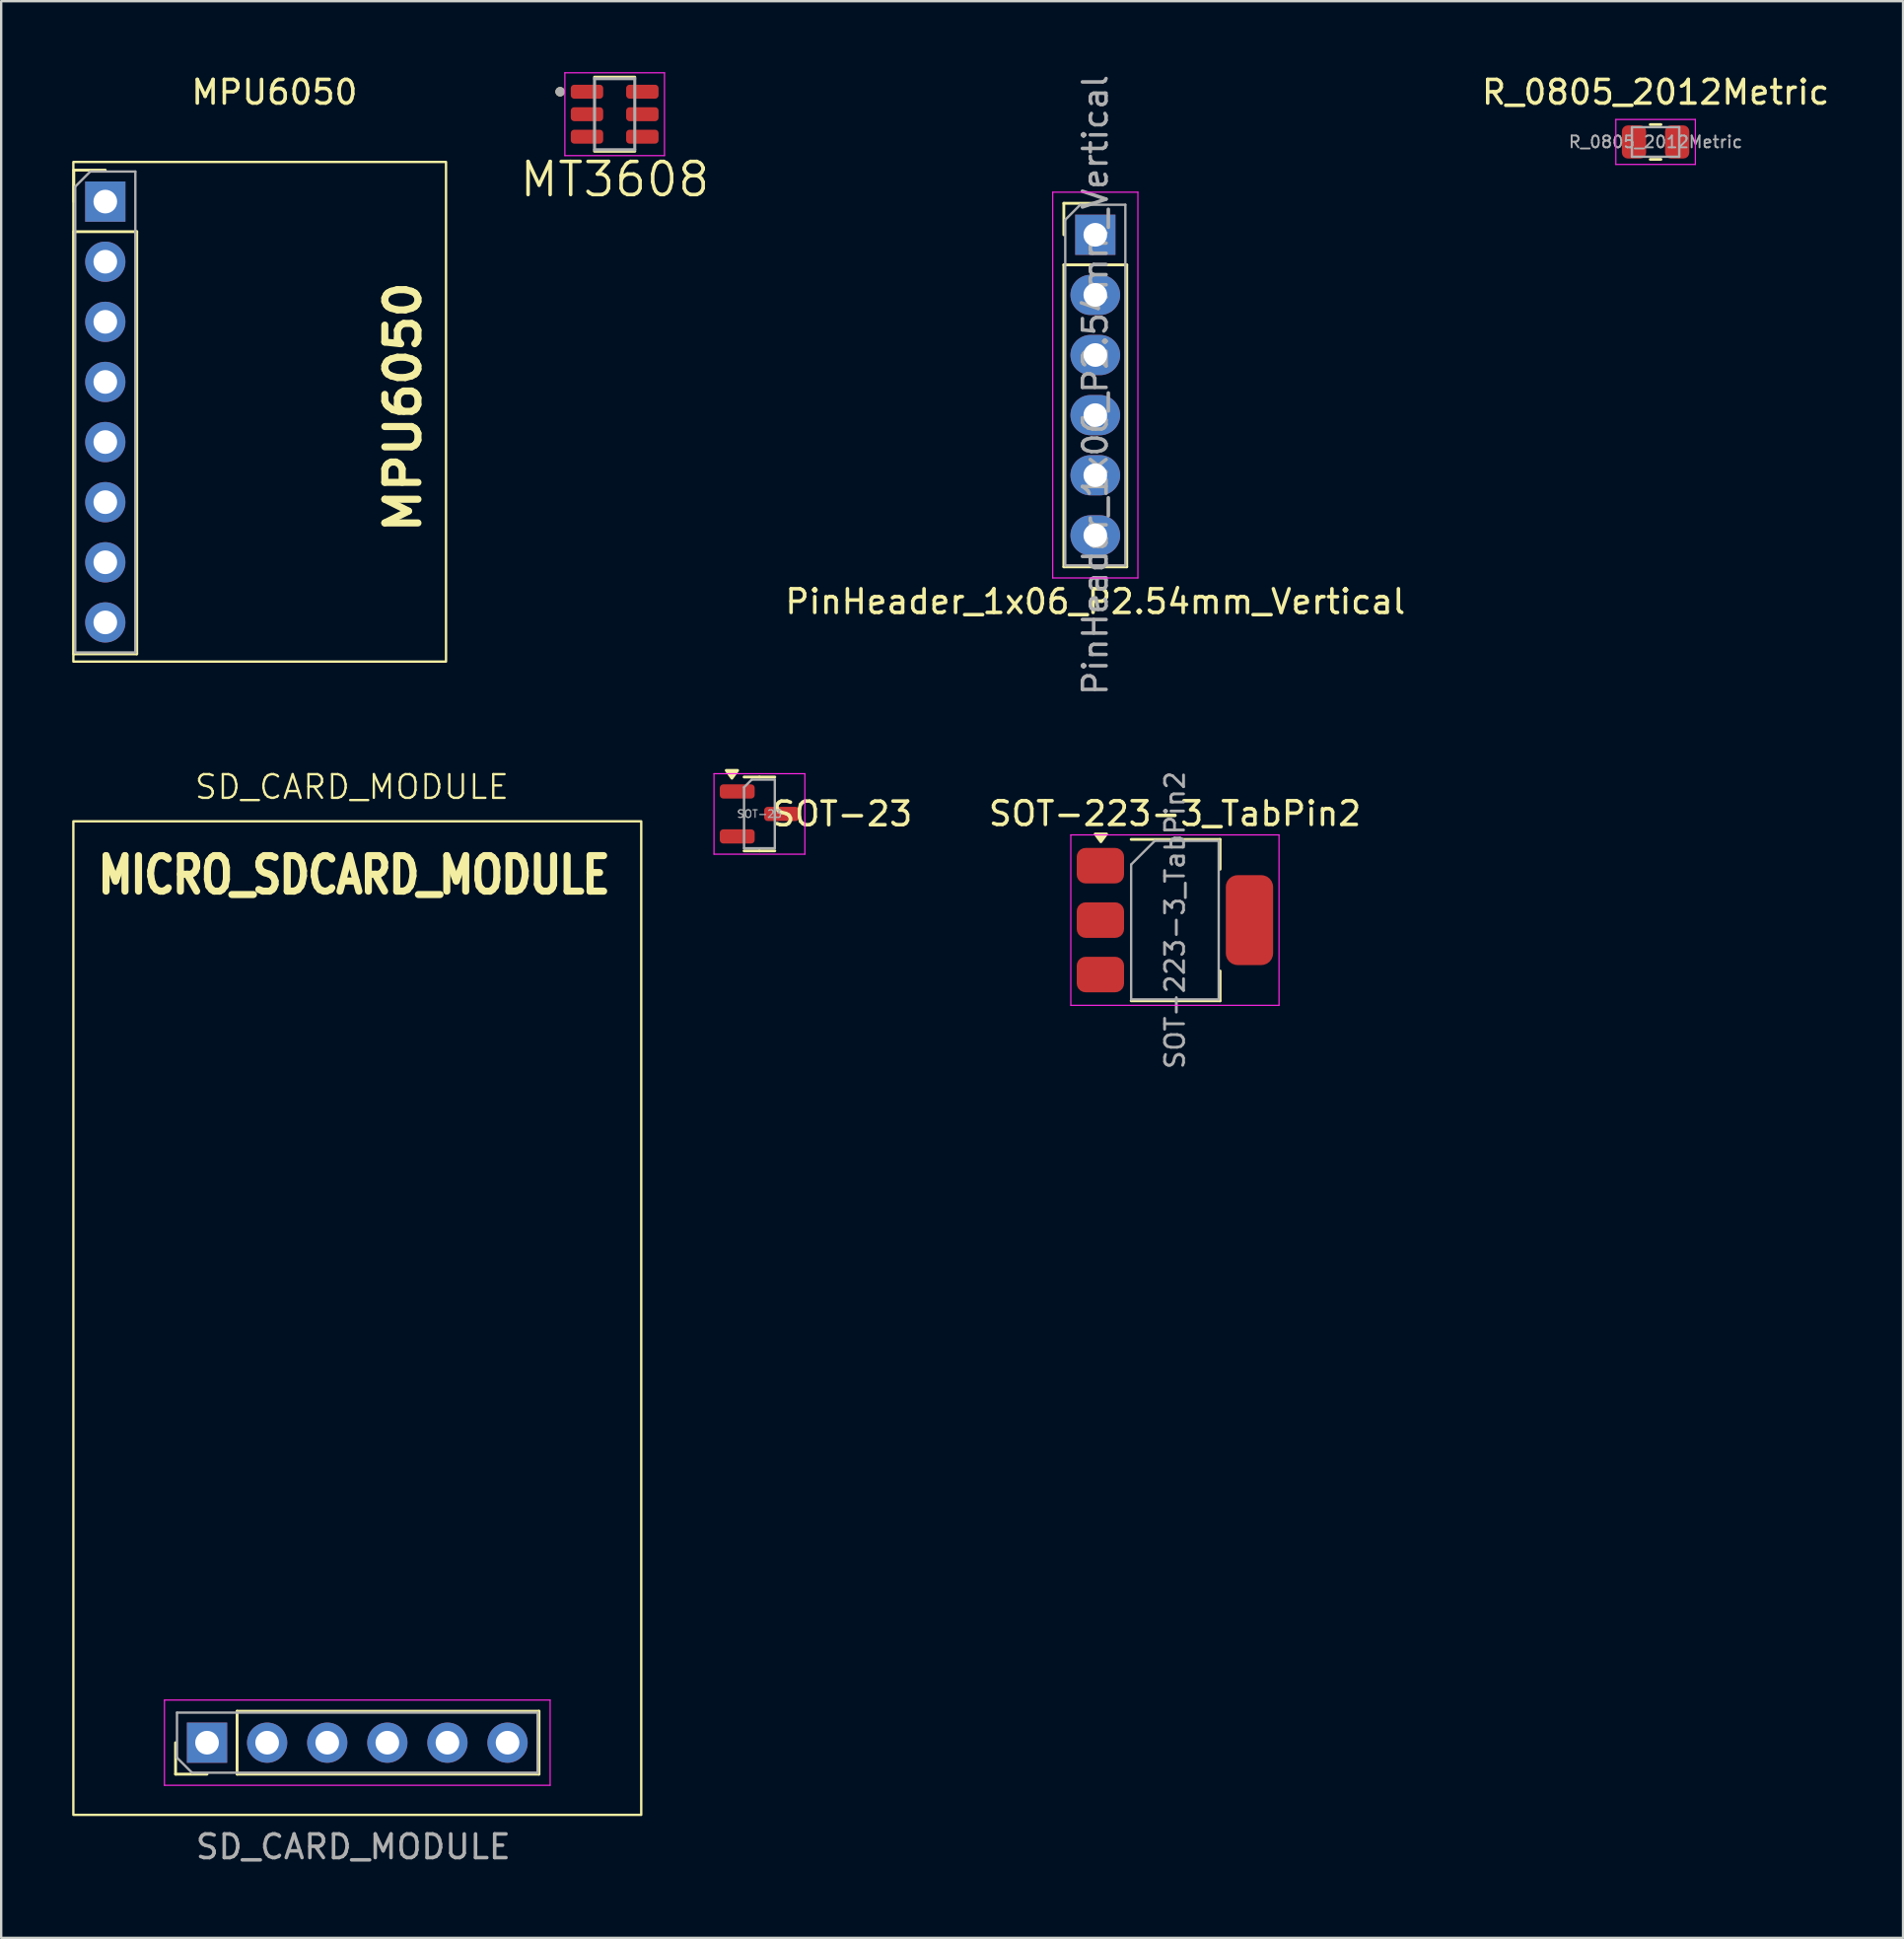
<source format=kicad_pcb>
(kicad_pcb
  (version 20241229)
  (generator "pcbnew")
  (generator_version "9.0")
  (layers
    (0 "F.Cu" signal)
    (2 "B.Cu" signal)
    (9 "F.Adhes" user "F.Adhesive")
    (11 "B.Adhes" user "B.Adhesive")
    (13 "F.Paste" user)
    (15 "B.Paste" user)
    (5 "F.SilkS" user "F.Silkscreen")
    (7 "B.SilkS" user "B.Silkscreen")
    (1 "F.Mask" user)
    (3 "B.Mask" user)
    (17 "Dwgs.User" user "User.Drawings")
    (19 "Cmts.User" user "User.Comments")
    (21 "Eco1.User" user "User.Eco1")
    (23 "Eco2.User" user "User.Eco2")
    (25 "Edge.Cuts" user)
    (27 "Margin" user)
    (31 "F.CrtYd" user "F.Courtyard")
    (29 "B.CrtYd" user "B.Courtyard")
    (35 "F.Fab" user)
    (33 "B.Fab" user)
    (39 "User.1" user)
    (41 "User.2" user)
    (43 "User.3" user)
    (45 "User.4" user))
  (footprint "R_0805_2012Metric"
    (layer "F.Cu")
    (at 66.919 2.948)
    (property "Reference" "R_0805_2012Metric" (at 0 -2.1 180) (layer "F.SilkS") (effects (font (size 1 1) (thickness 0.15))))
    (attr smd)
    (fp_line (start -0.227 -0.735) (end 0.227 -0.735) (stroke (width 0.12) (type solid)) (layer "F.SilkS"))
    (fp_line (start -0.227 0.735) (end 0.227 0.735) (stroke (width 0.12) (type solid)) (layer "F.SilkS"))
    (fp_line (start -1.68 -0.95) (end 1.68 -0.95) (stroke (width 0.05) (type solid)) (layer "F.CrtYd"))
    (fp_line (start -1.68 0.95) (end -1.68 -0.95) (stroke (width 0.05) (type solid)) (layer "F.CrtYd"))
    (fp_line (start 1.68 -0.95) (end 1.68 0.95) (stroke (width 0.05) (type solid)) (layer "F.CrtYd"))
    (fp_line (start 1.68 0.95) (end -1.68 0.95) (stroke (width 0.05) (type solid)) (layer "F.CrtYd"))
    (fp_line (start -1 -0.625) (end 1 -0.625) (stroke (width 0.1) (type solid)) (layer "F.Fab"))
    (fp_line (start -1 0.625) (end -1 -0.625) (stroke (width 0.1) (type solid)) (layer "F.Fab"))
    (fp_line (start 1 -0.625) (end 1 0.625) (stroke (width 0.1) (type solid)) (layer "F.Fab"))
    (fp_line (start 1 0.625) (end -1 0.625) (stroke (width 0.1) (type solid)) (layer "F.Fab"))
    (fp_text user "${REFERENCE}" (at 0 0 180) (layer "F.Fab") (effects (font (size 0.5 0.5) (thickness 0.08))))
    (pad "1" smd roundrect (at -0.912 0) (size 1.025 1.4) (layers "F.Cu" "F.Mask" "F.Paste") (roundrect_rratio 0.244))
    (pad "2" smd roundrect (at 0.912 0) (size 1.025 1.4) (layers "F.Cu" "F.Mask" "F.Paste") (roundrect_rratio 0.244)))
  (footprint "PinHeader_1x06_P2.54mm_Vertical"
    (layer "F.Cu")
    (at 43.24 6.87)
    (property "Reference" "PinHeader_1x06_P2.54mm_Vertical" (at 0 15.5 0) (layer "F.SilkS") (effects (font (size 1 1) (thickness 0.15))))
    (attr through_hole)
    (fp_line (start -1.33 -1.33) (end 0 -1.33) (stroke (width 0.12) (type solid)) (layer "F.SilkS"))
    (fp_line (start -1.33 0) (end -1.33 -1.33) (stroke (width 0.12) (type solid)) (layer "F.SilkS"))
    (fp_line (start -1.33 1.27) (end -1.33 14.03) (stroke (width 0.12) (type solid)) (layer "F.SilkS"))
    (fp_line (start -1.33 1.27) (end 1.33 1.27) (stroke (width 0.12) (type solid)) (layer "F.SilkS"))
    (fp_line (start -1.33 14.03) (end 1.33 14.03) (stroke (width 0.12) (type solid)) (layer "F.SilkS"))
    (fp_line (start 1.33 1.27) (end 1.33 14.03) (stroke (width 0.12) (type solid)) (layer "F.SilkS"))
    (fp_line (start -1.8 -1.8) (end -1.8 14.5) (stroke (width 0.05) (type solid)) (layer "F.CrtYd"))
    (fp_line (start -1.8 14.5) (end 1.8 14.5) (stroke (width 0.05) (type solid)) (layer "F.CrtYd"))
    (fp_line (start 1.8 -1.8) (end -1.8 -1.8) (stroke (width 0.05) (type solid)) (layer "F.CrtYd"))
    (fp_line (start 1.8 14.5) (end 1.8 -1.8) (stroke (width 0.05) (type solid)) (layer "F.CrtYd"))
    (fp_line (start -1.27 -0.635) (end -0.635 -1.27) (stroke (width 0.1) (type solid)) (layer "F.Fab"))
    (fp_line (start -1.27 13.97) (end -1.27 -0.635) (stroke (width 0.1) (type solid)) (layer "F.Fab"))
    (fp_line (start -0.635 -1.27) (end 1.27 -1.27) (stroke (width 0.1) (type solid)) (layer "F.Fab"))
    (fp_line (start 1.27 -1.27) (end 1.27 13.97) (stroke (width 0.1) (type solid)) (layer "F.Fab"))
    (fp_line (start 1.27 13.97) (end -1.27 13.97) (stroke (width 0.1) (type solid)) (layer "F.Fab"))
    (fp_text user "${REFERENCE}" (at 0 6.35 90) (layer "F.Fab") (effects (font (size 1 1) (thickness 0.15))))
    (pad "1" thru_hole rect (at 0 0) (size 1.7 1.7) (drill 1) (layers "*.Cu" "*.Mask"))
    (pad "2" thru_hole oval (at 0 2.54) (size 2.1 1.7) (drill 1) (layers "*.Cu" "*.Mask"))
    (pad "3" thru_hole oval (at 0 5.08) (size 2.1 1.7) (drill 1) (layers "*.Cu" "*.Mask"))
    (pad "4" thru_hole oval (at 0 7.62) (size 2.1 1.7) (drill 1) (layers "*.Cu" "*.Mask"))
    (pad "5" thru_hole oval (at 0 10.16) (size 2.1 1.7) (drill 1) (layers "*.Cu" "*.Mask"))
    (pad "6" thru_hole oval (at 0 12.7) (size 2.1 1.7) (drill 1) (layers "*.Cu" "*.Mask")))
  (footprint "SOT-23"
    (layer "F.Cu")
    (at 29.045 31.34)
    (property "Reference" "SOT-23" (at 3.5 0 180) (layer "F.SilkS") (effects (font (size 1 1) (thickness 0.15))))
    (attr smd)
    (fp_line (start 0 -1.56) (end -0.65 -1.56) (stroke (width 0.12) (type solid)) (layer "F.SilkS"))
    (fp_line (start 0 -1.56) (end 0.65 -1.56) (stroke (width 0.12) (type solid)) (layer "F.SilkS"))
    (fp_line (start 0 1.56) (end -0.65 1.56) (stroke (width 0.12) (type solid)) (layer "F.SilkS"))
    (fp_line (start 0 1.56) (end 0.65 1.56) (stroke (width 0.12) (type solid)) (layer "F.SilkS"))
    (fp_poly (pts (xy -1.163 -1.51) (xy -1.403 -1.84) (xy -0.922 -1.84) (xy -1.163 -1.51)) (stroke (width 0.12) (type solid)) (fill yes) (layer "F.SilkS"))
    (fp_line (start -1.92 -1.7) (end -1.92 1.7) (stroke (width 0.05) (type solid)) (layer "F.CrtYd"))
    (fp_line (start -1.92 1.7) (end 1.92 1.7) (stroke (width 0.05) (type solid)) (layer "F.CrtYd"))
    (fp_line (start 1.92 -1.7) (end -1.92 -1.7) (stroke (width 0.05) (type solid)) (layer "F.CrtYd"))
    (fp_line (start 1.92 1.7) (end 1.92 -1.7) (stroke (width 0.05) (type solid)) (layer "F.CrtYd"))
    (fp_line (start -0.65 -1.125) (end -0.325 -1.45) (stroke (width 0.1) (type solid)) (layer "F.Fab"))
    (fp_line (start -0.65 1.45) (end -0.65 -1.125) (stroke (width 0.1) (type solid)) (layer "F.Fab"))
    (fp_line (start -0.325 -1.45) (end 0.65 -1.45) (stroke (width 0.1) (type solid)) (layer "F.Fab"))
    (fp_line (start 0.65 -1.45) (end 0.65 1.45) (stroke (width 0.1) (type solid)) (layer "F.Fab"))
    (fp_line (start 0.65 1.45) (end -0.65 1.45) (stroke (width 0.1) (type solid)) (layer "F.Fab"))
    (fp_text user "${REFERENCE}" (at 0 0 0) (layer "F.Fab") (effects (font (size 0.32 0.32) (thickness 0.05))))
    (pad "1" smd roundrect (at -0.938 -0.95) (size 1.475 0.6) (layers "F.Cu" "F.Mask" "F.Paste") (roundrect_rratio 0.25))
    (pad "2" smd roundrect (at -0.938 0.95) (size 1.475 0.6) (layers "F.Cu" "F.Mask" "F.Paste") (roundrect_rratio 0.25))
    (pad "3" smd roundrect (at 0.938 0) (size 1.475 0.6) (layers "F.Cu" "F.Mask" "F.Paste") (roundrect_rratio 0.25)))
  (footprint "SOT-223-3_TabPin2"
    (layer "F.Cu")
    (at 46.605 35.826)
    (property "Reference" "SOT-223-3_TabPin2" (at 0 -4.5 0) (layer "F.SilkS") (effects (font (size 1 1) (thickness 0.15))))
    (attr smd)
    (fp_line (start -1.85 -3.41) (end 1.91 -3.41) (stroke (width 0.12) (type solid)) (layer "F.SilkS"))
    (fp_line (start -1.85 3.41) (end 1.91 3.41) (stroke (width 0.12) (type solid)) (layer "F.SilkS"))
    (fp_line (start 1.91 -3.41) (end 1.91 -2.15) (stroke (width 0.12) (type solid)) (layer "F.SilkS"))
    (fp_line (start 1.91 3.41) (end 1.91 2.15) (stroke (width 0.12) (type solid)) (layer "F.SilkS"))
    (fp_poly (pts (xy -3.13 -3.31) (xy -3.37 -3.64) (xy -2.89 -3.64) (xy -3.13 -3.31)) (stroke (width 0.12) (type solid)) (fill yes) (layer "F.SilkS"))
    (fp_line (start -4.4 -3.6) (end -4.4 3.6) (stroke (width 0.05) (type solid)) (layer "F.CrtYd"))
    (fp_line (start -4.4 3.6) (end 4.4 3.6) (stroke (width 0.05) (type solid)) (layer "F.CrtYd"))
    (fp_line (start 4.4 -3.6) (end -4.4 -3.6) (stroke (width 0.05) (type solid)) (layer "F.CrtYd"))
    (fp_line (start 4.4 3.6) (end 4.4 -3.6) (stroke (width 0.05) (type solid)) (layer "F.CrtYd"))
    (fp_line (start -1.85 -2.35) (end -1.85 3.35) (stroke (width 0.1) (type solid)) (layer "F.Fab"))
    (fp_line (start -1.85 -2.35) (end -0.85 -3.35) (stroke (width 0.1) (type solid)) (layer "F.Fab"))
    (fp_line (start -1.85 3.35) (end 1.85 3.35) (stroke (width 0.1) (type solid)) (layer "F.Fab"))
    (fp_line (start -0.85 -3.35) (end 1.85 -3.35) (stroke (width 0.1) (type solid)) (layer "F.Fab"))
    (fp_line (start 1.85 -3.35) (end 1.85 3.35) (stroke (width 0.1) (type solid)) (layer "F.Fab"))
    (fp_text user "${REFERENCE}" (at 0 0 90) (layer "F.Fab") (effects (font (size 0.8 0.8) (thickness 0.12))))
    (pad "1" smd roundrect (at -3.15 -2.3) (size 2 1.5) (layers "F.Cu" "F.Mask" "F.Paste") (roundrect_rratio 0.25))
    (pad "2" smd roundrect (at -3.15 0) (size 2 1.5) (layers "F.Cu" "F.Mask" "F.Paste") (roundrect_rratio 0.25))
    (pad "2" smd roundrect (at 3.15 0) (size 2 3.8) (layers "F.Cu" "F.Mask" "F.Paste") (roundrect_rratio 0.25))
    (pad "3" smd roundrect (at -3.15 2.3) (size 2 1.5) (layers "F.Cu" "F.Mask" "F.Paste") (roundrect_rratio 0.25)))
  (footprint "MPU6050"
    (layer "F.Cu")
    (at 8.3 14.348)
    (property "Reference" "MPU6050" (at 0.25 -13.5 0) (unlocked yes) (layer "F.SilkS") (effects (font (size 1 1) (thickness 0.15))))
    (fp_line (start -8.23 -10.21) (end -6.9 -10.21) (stroke (width 0.12) (type solid)) (layer "F.SilkS"))
    (fp_line (start -8.23 -8.88) (end -8.23 -10.21) (stroke (width 0.12) (type solid)) (layer "F.SilkS"))
    (fp_line (start -8.23 -7.61) (end -8.23 10.23) (stroke (width 0.12) (type solid)) (layer "F.SilkS"))
    (fp_line (start -8.23 -7.61) (end -5.57 -7.61) (stroke (width 0.12) (type solid)) (layer "F.SilkS"))
    (fp_line (start -8.23 10.23) (end -5.57 10.23) (stroke (width 0.12) (type solid)) (layer "F.SilkS"))
    (fp_line (start -5.57 -7.61) (end -5.57 10.23) (stroke (width 0.12) (type solid)) (layer "F.SilkS"))
    (fp_rect (start -8.25 -10.555) (end 7.5 10.555) (stroke (width 0.1) (type default)) (fill no) (layer "F.SilkS"))
    (fp_line (start -8.17 -9.515) (end -7.535 -10.15) (stroke (width 0.1) (type solid)) (layer "F.Fab"))
    (fp_line (start -8.17 10.17) (end -8.17 -9.515) (stroke (width 0.1) (type solid)) (layer "F.Fab"))
    (fp_line (start -7.535 -10.15) (end -5.63 -10.15) (stroke (width 0.1) (type solid)) (layer "F.Fab"))
    (fp_line (start -5.63 -10.15) (end -5.63 10.17) (stroke (width 0.1) (type solid)) (layer "F.Fab"))
    (fp_line (start -5.63 10.17) (end -8.17 10.17) (stroke (width 0.1) (type solid)) (layer "F.Fab"))
    (fp_text user "MPU6050" (at 6.5 5.25 90) (unlocked yes) (layer "F.SilkS") (effects (font (size 1.4 1.5) (thickness 0.3) (bold yes)) (justify left bottom)))
    (pad "1" thru_hole rect (at -6.9 -8.88) (size 1.7 1.7) (drill 1) (layers "*.Cu" "*.Mask"))
    (pad "2" thru_hole oval (at -6.9 -6.34) (size 1.7 1.7) (drill 1) (layers "*.Cu" "*.Mask"))
    (pad "3" thru_hole oval (at -6.9 -3.8) (size 1.7 1.7) (drill 1) (layers "*.Cu" "*.Mask"))
    (pad "4" thru_hole oval (at -6.9 -1.26) (size 1.7 1.7) (drill 1) (layers "*.Cu" "*.Mask"))
    (pad "5" thru_hole oval (at -6.9 1.28) (size 1.7 1.7) (drill 1) (layers "*.Cu" "*.Mask"))
    (pad "6" thru_hole oval (at -6.9 3.82) (size 1.7 1.7) (drill 1) (layers "*.Cu" "*.Mask"))
    (pad "7" thru_hole oval (at -6.9 6.36) (size 1.7 1.7) (drill 1) (layers "*.Cu" "*.Mask"))
    (pad "8" thru_hole oval (at -6.9 8.9) (size 1.7 1.7) (drill 1) (layers "*.Cu" "*.Mask")))
  (footprint "MT3608"
    (layer "F.Cu")
    (at 22.927 1.775)
    (property "Reference" "MT3608" (at 0.007 2.755 0) (layer "F.SilkS") (effects (font (size 1.4 1.4) (thickness 0.15))))
    (attr smd)
    (fp_line (start -0.85 -1.565) (end 0.85 -1.565) (stroke (width 0.127) (type solid)) (layer "F.SilkS"))
    (fp_line (start 0.85 1.565) (end -0.85 1.565) (stroke (width 0.127) (type solid)) (layer "F.SilkS"))
    (fp_circle (center -2.305 -0.95) (end -2.205 -0.95) (stroke (width 0.2) (type solid)) (fill no) (layer "F.SilkS"))
    (fp_line (start -2.105 -1.75) (end 2.105 -1.75) (stroke (width 0.05) (type solid)) (layer "F.CrtYd"))
    (fp_line (start -2.105 1.75) (end -2.105 -1.75) (stroke (width 0.05) (type solid)) (layer "F.CrtYd"))
    (fp_line (start 2.105 -1.75) (end 2.105 1.75) (stroke (width 0.05) (type solid)) (layer "F.CrtYd"))
    (fp_line (start 2.105 1.75) (end -2.105 1.75) (stroke (width 0.05) (type solid)) (layer "F.CrtYd"))
    (fp_line (start -0.85 -1.5) (end 0.85 -1.5) (stroke (width 0.127) (type solid)) (layer "F.Fab"))
    (fp_line (start -0.85 1.5) (end -0.85 -1.5) (stroke (width 0.127) (type solid)) (layer "F.Fab"))
    (fp_line (start 0.85 -1.5) (end 0.85 1.5) (stroke (width 0.127) (type solid)) (layer "F.Fab"))
    (fp_line (start 0.85 1.5) (end -0.85 1.5) (stroke (width 0.127) (type solid)) (layer "F.Fab"))
    (fp_circle (center -2.305 -0.95) (end -2.205 -0.95) (stroke (width 0.2) (type solid)) (fill no) (layer "F.Fab"))
    (pad "1" smd roundrect (at -1.17 -0.95) (size 1.37 0.59) (layers "F.Cu" "F.Mask" "F.Paste") (roundrect_rratio 0.25))
    (pad "2" smd roundrect (at -1.17 0) (size 1.37 0.59) (layers "F.Cu" "F.Mask" "F.Paste") (roundrect_rratio 0.25))
    (pad "3" smd roundrect (at -1.17 0.95) (size 1.37 0.59) (layers "F.Cu" "F.Mask" "F.Paste") (roundrect_rratio 0.25))
    (pad "4" smd roundrect (at 1.17 0.95) (size 1.37 0.59) (layers "F.Cu" "F.Mask" "F.Paste") (roundrect_rratio 0.25))
    (pad "5" smd roundrect (at 1.17 0) (size 1.37 0.59) (layers "F.Cu" "F.Mask" "F.Paste") (roundrect_rratio 0.25))
    (pad "6" smd roundrect (at 1.17 -0.95) (size 1.37 0.59) (layers "F.Cu" "F.Mask" "F.Paste") (roundrect_rratio 0.25)))
  (footprint "SD_CARD_MODULE"
    (layer "F.Cu")
    (at 11.19 73.631)
    (property "Reference" "SD_CARD_MODULE" (at 0.63 -43.43 0) (unlocked yes) (layer "F.SilkS") (effects (font (size 1 1) (thickness 0.1))))
    (attr through_hole)
    (fp_line (start -6.82 -1.72) (end -6.82 -3.05) (stroke (width 0.12) (type solid)) (layer "F.SilkS"))
    (fp_line (start -5.49 -1.72) (end -6.82 -1.72) (stroke (width 0.12) (type solid)) (layer "F.SilkS"))
    (fp_line (start -4.22 -4.38) (end 8.54 -4.38) (stroke (width 0.12) (type solid)) (layer "F.SilkS"))
    (fp_line (start -4.22 -1.72) (end -4.22 -4.38) (stroke (width 0.12) (type solid)) (layer "F.SilkS"))
    (fp_line (start -4.22 -1.72) (end 8.54 -1.72) (stroke (width 0.12) (type solid)) (layer "F.SilkS"))
    (fp_line (start 8.54 -1.72) (end 8.54 -4.38) (stroke (width 0.12) (type solid)) (layer "F.SilkS"))
    (fp_rect (start -11.14 -41.98) (end 12.86 0) (stroke (width 0.1) (type default)) (fill no) (layer "F.SilkS"))
    (fp_line (start -7.29 -4.85) (end -7.29 -1.25) (stroke (width 0.05) (type solid)) (layer "F.CrtYd"))
    (fp_line (start -7.29 -1.25) (end 9.01 -1.25) (stroke (width 0.05) (type solid)) (layer "F.CrtYd"))
    (fp_line (start 9.01 -4.85) (end -7.29 -4.85) (stroke (width 0.05) (type solid)) (layer "F.CrtYd"))
    (fp_line (start 9.01 -1.25) (end 9.01 -4.85) (stroke (width 0.05) (type solid)) (layer "F.CrtYd"))
    (fp_line (start -6.76 -4.32) (end 8.48 -4.32) (stroke (width 0.1) (type solid)) (layer "F.Fab"))
    (fp_line (start -6.76 -2.415) (end -6.76 -4.32) (stroke (width 0.1) (type solid)) (layer "F.Fab"))
    (fp_line (start -6.125 -1.78) (end -6.76 -2.415) (stroke (width 0.1) (type solid)) (layer "F.Fab"))
    (fp_line (start 8.48 -4.32) (end 8.48 -1.78) (stroke (width 0.1) (type solid)) (layer "F.Fab"))
    (fp_line (start 8.48 -1.78) (end -6.125 -1.78) (stroke (width 0.1) (type solid)) (layer "F.Fab"))
    (fp_text user "MICRO_SDCARD_MODULE" (at -10.241 -38.83 0) (unlocked yes) (layer "F.SilkS") (effects (font (size 1.5 1.2) (thickness 0.3) (bold yes)) (justify left bottom)))
    (fp_text user "${REFERENCE}" (at 0.69 1.35 0) (unlocked yes) (layer "F.Fab") (effects (font (size 1 1) (thickness 0.15))))
    (pad "1" thru_hole rect (at -5.49 -3.05 90) (size 1.7 1.7) (drill 1) (layers "*.Cu" "*.Mask"))
    (pad "2" thru_hole oval (at -2.95 -3.05 90) (size 1.7 1.7) (drill 1) (layers "*.Cu" "*.Mask"))
    (pad "3" thru_hole oval (at -0.41 -3.05 90) (size 1.7 1.7) (drill 1) (layers "*.Cu" "*.Mask"))
    (pad "4" thru_hole oval (at 2.13 -3.05 90) (size 1.7 1.7) (drill 1) (layers "*.Cu" "*.Mask"))
    (pad "5" thru_hole oval (at 4.67 -3.05 90) (size 1.7 1.7) (drill 1) (layers "*.Cu" "*.Mask"))
    (pad "6" thru_hole oval (at 7.21 -3.05 90) (size 1.7 1.7) (drill 1) (layers "*.Cu" "*.Mask")))
  (gr_rect
    (start -3 -3)
    (end 77.377 78.829)
    (stroke (width 0.1) (type default))
    (fill no)
    (layer "Edge.Cuts")))
</source>
